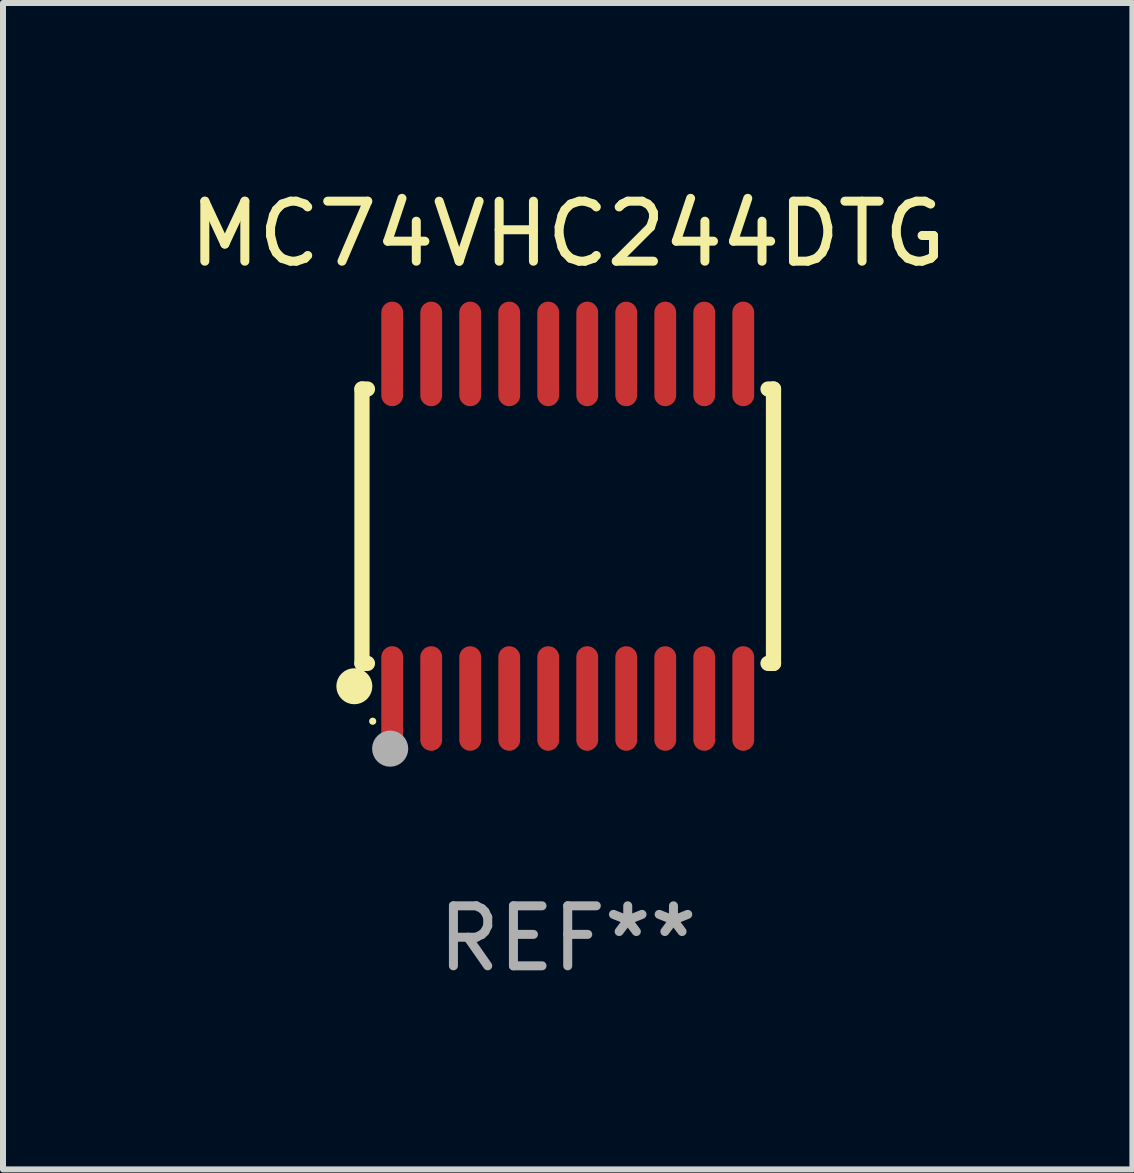
<source format=kicad_pcb>
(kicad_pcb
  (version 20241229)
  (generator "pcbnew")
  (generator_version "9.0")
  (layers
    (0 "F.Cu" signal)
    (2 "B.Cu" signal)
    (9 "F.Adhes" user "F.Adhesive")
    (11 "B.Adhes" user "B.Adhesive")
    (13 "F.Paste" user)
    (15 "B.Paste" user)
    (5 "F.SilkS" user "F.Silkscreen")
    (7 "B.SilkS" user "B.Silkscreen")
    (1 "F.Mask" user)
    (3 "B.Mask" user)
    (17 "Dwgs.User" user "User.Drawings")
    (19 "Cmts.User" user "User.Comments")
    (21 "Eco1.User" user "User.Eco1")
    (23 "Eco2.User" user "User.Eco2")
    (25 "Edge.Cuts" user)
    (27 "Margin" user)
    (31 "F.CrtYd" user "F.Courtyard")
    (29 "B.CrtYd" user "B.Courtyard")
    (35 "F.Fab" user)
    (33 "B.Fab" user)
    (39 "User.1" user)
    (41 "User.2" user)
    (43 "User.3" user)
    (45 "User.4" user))
  (footprint "MC74VHC244DTG"
    (layer "F.Cu")
    (at 6.411 5.719)
    (property "Reference" "MC74VHC244DTG" (at 0 -4.871 0) (layer "F.SilkS") (effects (font (size 1 1) (thickness 0.15))))
    (attr through_hole)
    (fp_line (start -3.429 -2.286) (end -3.429 2.286) (stroke (width 0.254) (type solid)) (layer "F.SilkS"))
    (fp_line (start -3.429 2.286) (end -3.338 2.286) (stroke (width 0.254) (type solid)) (layer "F.SilkS"))
    (fp_line (start -3.338 -2.286) (end -3.429 -2.286) (stroke (width 0.254) (type solid)) (layer "F.SilkS"))
    (fp_line (start 3.338 -2.286) (end 3.429 -2.286) (stroke (width 0.254) (type solid)) (layer "F.SilkS"))
    (fp_line (start 3.429 -2.286) (end 3.429 2.286) (stroke (width 0.254) (type solid)) (layer "F.SilkS"))
    (fp_line (start 3.429 2.286) (end 3.338 2.286) (stroke (width 0.254) (type solid)) (layer "F.SilkS"))
    (fp_circle (center -3.556 2.667) (end -3.406 2.667) (stroke (width 0.3) (type solid)) (fill no) (layer "F.SilkS"))
    (fp_circle (center -3.25 3.25) (end -3.22 3.25) (stroke (width 0.06) (type solid)) (fill no) (layer "F.SilkS"))
    (fp_circle (center -2.959 3.707) (end -2.808 3.707) (stroke (width 0.3) (type solid)) (fill no) (layer "F.Fab"))
    (fp_text user "REF**" (at 0 6.871 0) (layer "F.Fab") (effects (font (size 1 1) (thickness 0.15))))
    (pad "1" smd oval (at -2.925 2.871) (size 0.364 1.742) (layers "F.Cu" "F.Mask" "F.Paste"))
    (pad "2" smd oval (at -2.275 2.871) (size 0.364 1.742) (layers "F.Cu" "F.Mask" "F.Paste"))
    (pad "3" smd oval (at -1.625 2.871) (size 0.364 1.742) (layers "F.Cu" "F.Mask" "F.Paste"))
    (pad "4" smd oval (at -0.975 2.871) (size 0.364 1.742) (layers "F.Cu" "F.Mask" "F.Paste"))
    (pad "5" smd oval (at -0.325 2.871) (size 0.364 1.742) (layers "F.Cu" "F.Mask" "F.Paste"))
    (pad "6" smd oval (at 0.325 2.871) (size 0.364 1.742) (layers "F.Cu" "F.Mask" "F.Paste"))
    (pad "7" smd oval (at 0.975 2.871) (size 0.364 1.742) (layers "F.Cu" "F.Mask" "F.Paste"))
    (pad "8" smd oval (at 1.625 2.871) (size 0.364 1.742) (layers "F.Cu" "F.Mask" "F.Paste"))
    (pad "9" smd oval (at 2.275 2.871) (size 0.364 1.742) (layers "F.Cu" "F.Mask" "F.Paste"))
    (pad "10" smd oval (at 2.925 2.871) (size 0.364 1.742) (layers "F.Cu" "F.Mask" "F.Paste"))
    (pad "11" smd oval (at 2.925 -2.871) (size 0.364 1.742) (layers "F.Cu" "F.Mask" "F.Paste"))
    (pad "12" smd oval (at 2.275 -2.871) (size 0.364 1.742) (layers "F.Cu" "F.Mask" "F.Paste"))
    (pad "13" smd oval (at 1.625 -2.871) (size 0.364 1.742) (layers "F.Cu" "F.Mask" "F.Paste"))
    (pad "14" smd oval (at 0.975 -2.871) (size 0.364 1.742) (layers "F.Cu" "F.Mask" "F.Paste"))
    (pad "15" smd oval (at 0.325 -2.871) (size 0.364 1.742) (layers "F.Cu" "F.Mask" "F.Paste"))
    (pad "16" smd oval (at -0.325 -2.871) (size 0.364 1.742) (layers "F.Cu" "F.Mask" "F.Paste"))
    (pad "17" smd oval (at -0.975 -2.871) (size 0.364 1.742) (layers "F.Cu" "F.Mask" "F.Paste"))
    (pad "18" smd oval (at -1.625 -2.871) (size 0.364 1.742) (layers "F.Cu" "F.Mask" "F.Paste"))
    (pad "19" smd oval (at -2.275 -2.871) (size 0.364 1.742) (layers "F.Cu" "F.Mask" "F.Paste"))
    (pad "20" smd oval (at -2.925 -2.871) (size 0.364 1.742) (layers "F.Cu" "F.Mask" "F.Paste")))
  (gr_rect
    (start -3 -3)
    (end 15.821 16.438)
    (stroke (width 0.1) (type default))
    (fill no)
    (layer "Edge.Cuts")))
</source>
